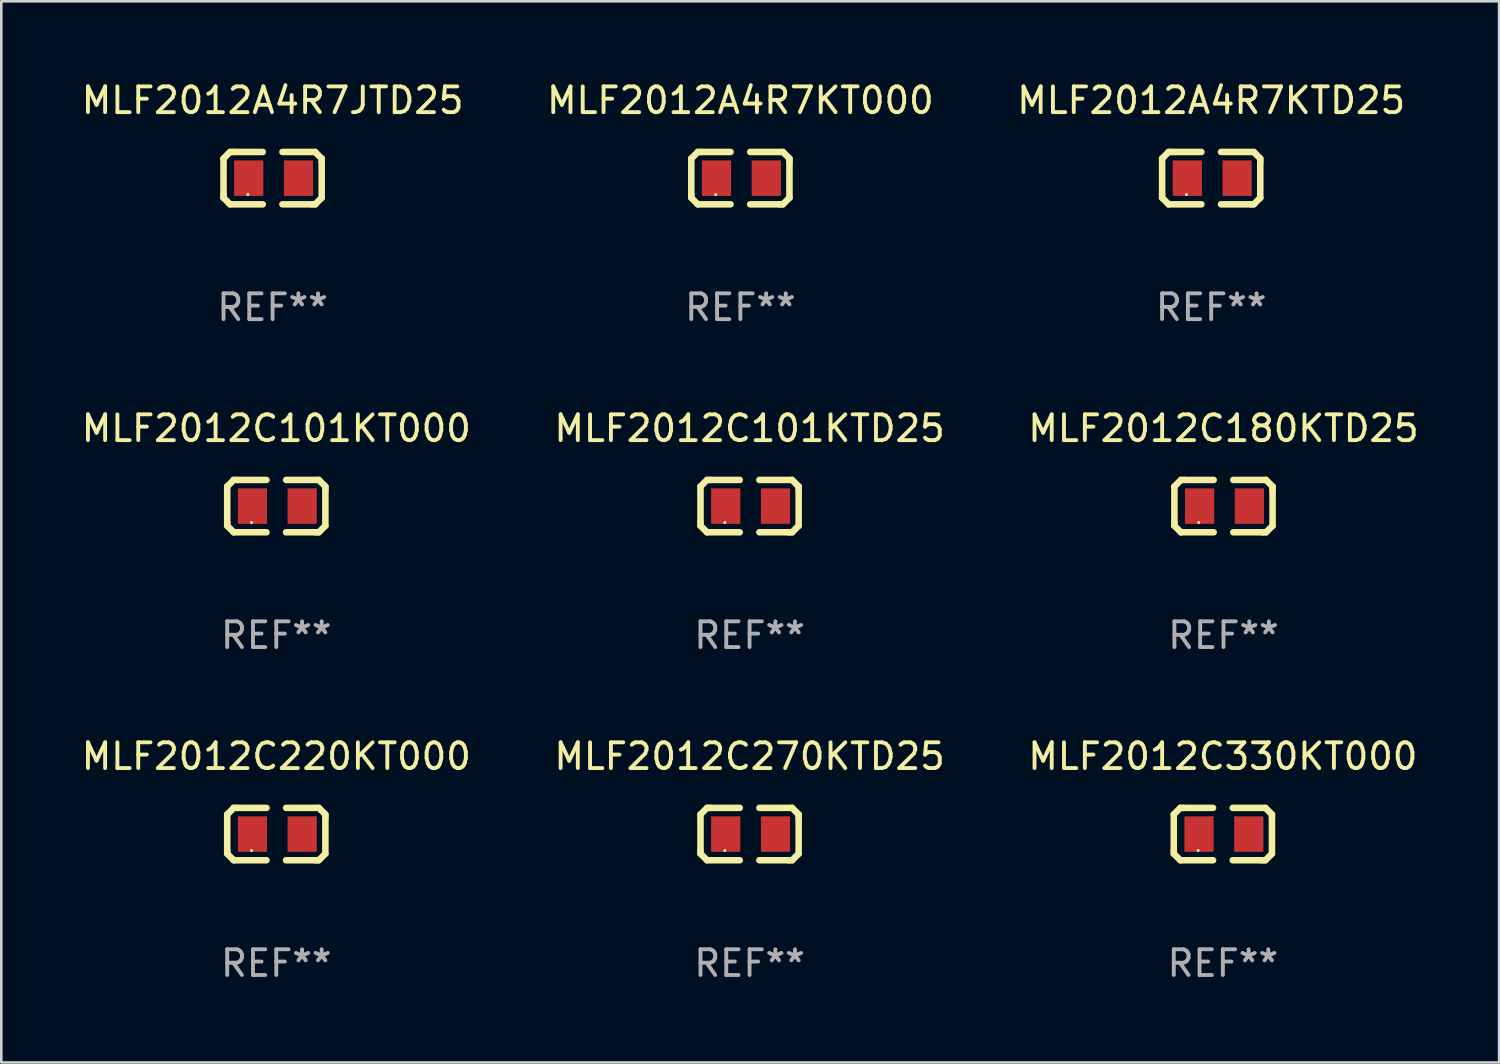
<source format=kicad_pcb>
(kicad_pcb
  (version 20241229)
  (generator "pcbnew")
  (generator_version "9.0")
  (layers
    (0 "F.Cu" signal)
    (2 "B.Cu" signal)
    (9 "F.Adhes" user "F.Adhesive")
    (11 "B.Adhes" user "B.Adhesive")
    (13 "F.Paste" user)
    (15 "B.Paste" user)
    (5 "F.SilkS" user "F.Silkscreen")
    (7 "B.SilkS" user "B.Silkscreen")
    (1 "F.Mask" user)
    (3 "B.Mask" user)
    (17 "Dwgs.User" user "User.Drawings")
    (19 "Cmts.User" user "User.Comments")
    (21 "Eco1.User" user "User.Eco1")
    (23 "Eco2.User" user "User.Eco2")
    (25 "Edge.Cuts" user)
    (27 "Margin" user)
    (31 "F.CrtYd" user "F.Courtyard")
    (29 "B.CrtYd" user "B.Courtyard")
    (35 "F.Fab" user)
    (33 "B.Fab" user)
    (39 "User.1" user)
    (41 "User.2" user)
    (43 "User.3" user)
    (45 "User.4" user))
  (footprint "MLF2012C330KT000"
    (layer "F.Cu")
    (at 44.411 29.321)
    (property "Reference" "MLF2012C330KT000" (at 0 -3.016 0) (layer "F.SilkS") (effects (font (size 1 1) (thickness 0.15))))
    (attr through_hole)
    (fp_line (start -1.905 -0.762) (end -1.905 0.635) (stroke (width 0.254) (type solid)) (layer "F.SilkS"))
    (fp_line (start -1.905 0.635) (end -1.905 0.762) (stroke (width 0.254) (type solid)) (layer "F.SilkS"))
    (fp_line (start -1.905 0.762) (end -1.651 1.016) (stroke (width 0.254) (type solid)) (layer "F.SilkS"))
    (fp_line (start -1.651 -1.016) (end -1.905 -0.762) (stroke (width 0.254) (type solid)) (layer "F.SilkS"))
    (fp_line (start -1.651 1.016) (end -0.381 1.016) (stroke (width 0.254) (type solid)) (layer "F.SilkS"))
    (fp_line (start -1.524 -1.016) (end -1.651 -1.016) (stroke (width 0.254) (type solid)) (layer "F.SilkS"))
    (fp_line (start -0.381 -1.016) (end -1.524 -1.016) (stroke (width 0.254) (type solid)) (layer "F.SilkS"))
    (fp_line (start 0.381 1.016) (end 1.524 1.016) (stroke (width 0.254) (type solid)) (layer "F.SilkS"))
    (fp_line (start 1.524 1.016) (end 1.651 1.016) (stroke (width 0.254) (type solid)) (layer "F.SilkS"))
    (fp_line (start 1.651 -1.016) (end 0.381 -1.016) (stroke (width 0.254) (type solid)) (layer "F.SilkS"))
    (fp_line (start 1.651 1.016) (end 1.905 0.762) (stroke (width 0.254) (type solid)) (layer "F.SilkS"))
    (fp_line (start 1.905 -0.762) (end 1.651 -1.016) (stroke (width 0.254) (type solid)) (layer "F.SilkS"))
    (fp_line (start 1.905 -0.635) (end 1.905 -0.762) (stroke (width 0.254) (type solid)) (layer "F.SilkS"))
    (fp_line (start 1.905 0.762) (end 1.905 -0.635) (stroke (width 0.254) (type solid)) (layer "F.SilkS"))
    (fp_circle (center -0.96 0.637) (end -0.93 0.637) (stroke (width 0.06) (type solid)) (fill no) (layer "F.SilkS"))
    (fp_text user "REF**" (at 0 5.016 0) (layer "F.Fab") (effects (font (size 1 1) (thickness 0.15))))
    (pad "1" smd rect (at -0.926 -0.000051) (size 1.133 1.377) (layers "F.Cu" "F.Mask" "F.Paste"))
    (pad "2" smd rect (at 1.006 -0.000051) (size 1.133 1.377) (layers "F.Cu" "F.Mask" "F.Paste")))
  (footprint "MLF2012C101KTD25"
    (layer "F.Cu")
    (at 26.042 16.593)
    (property "Reference" "MLF2012C101KTD25" (at 0 -3.016 0) (layer "F.SilkS") (effects (font (size 1 1) (thickness 0.15))))
    (attr through_hole)
    (fp_line (start -1.905 -0.762) (end -1.905 0.635) (stroke (width 0.254) (type solid)) (layer "F.SilkS"))
    (fp_line (start -1.905 0.635) (end -1.905 0.762) (stroke (width 0.254) (type solid)) (layer "F.SilkS"))
    (fp_line (start -1.905 0.762) (end -1.651 1.016) (stroke (width 0.254) (type solid)) (layer "F.SilkS"))
    (fp_line (start -1.651 -1.016) (end -1.905 -0.762) (stroke (width 0.254) (type solid)) (layer "F.SilkS"))
    (fp_line (start -1.651 1.016) (end -0.381 1.016) (stroke (width 0.254) (type solid)) (layer "F.SilkS"))
    (fp_line (start -1.524 -1.016) (end -1.651 -1.016) (stroke (width 0.254) (type solid)) (layer "F.SilkS"))
    (fp_line (start -0.381 -1.016) (end -1.524 -1.016) (stroke (width 0.254) (type solid)) (layer "F.SilkS"))
    (fp_line (start 0.381 1.016) (end 1.524 1.016) (stroke (width 0.254) (type solid)) (layer "F.SilkS"))
    (fp_line (start 1.524 1.016) (end 1.651 1.016) (stroke (width 0.254) (type solid)) (layer "F.SilkS"))
    (fp_line (start 1.651 -1.016) (end 0.381 -1.016) (stroke (width 0.254) (type solid)) (layer "F.SilkS"))
    (fp_line (start 1.651 1.016) (end 1.905 0.762) (stroke (width 0.254) (type solid)) (layer "F.SilkS"))
    (fp_line (start 1.905 -0.762) (end 1.651 -1.016) (stroke (width 0.254) (type solid)) (layer "F.SilkS"))
    (fp_line (start 1.905 -0.635) (end 1.905 -0.762) (stroke (width 0.254) (type solid)) (layer "F.SilkS"))
    (fp_line (start 1.905 0.762) (end 1.905 -0.635) (stroke (width 0.254) (type solid)) (layer "F.SilkS"))
    (fp_circle (center -0.96 0.637) (end -0.93 0.637) (stroke (width 0.06) (type solid)) (fill no) (layer "F.SilkS"))
    (fp_text user "REF**" (at 0 5.016 0) (layer "F.Fab") (effects (font (size 1 1) (thickness 0.15))))
    (pad "1" smd rect (at -0.926 -0.000051) (size 1.133 1.377) (layers "F.Cu" "F.Mask" "F.Paste"))
    (pad "2" smd rect (at 1.006 -0.000051) (size 1.133 1.377) (layers "F.Cu" "F.Mask" "F.Paste")))
  (footprint "MLF2012C270KTD25"
    (layer "F.Cu")
    (at 26.042 29.321)
    (property "Reference" "MLF2012C270KTD25" (at 0 -3.016 0) (layer "F.SilkS") (effects (font (size 1 1) (thickness 0.15))))
    (attr through_hole)
    (fp_line (start -1.905 -0.762) (end -1.905 0.635) (stroke (width 0.254) (type solid)) (layer "F.SilkS"))
    (fp_line (start -1.905 0.635) (end -1.905 0.762) (stroke (width 0.254) (type solid)) (layer "F.SilkS"))
    (fp_line (start -1.905 0.762) (end -1.651 1.016) (stroke (width 0.254) (type solid)) (layer "F.SilkS"))
    (fp_line (start -1.651 -1.016) (end -1.905 -0.762) (stroke (width 0.254) (type solid)) (layer "F.SilkS"))
    (fp_line (start -1.651 1.016) (end -0.381 1.016) (stroke (width 0.254) (type solid)) (layer "F.SilkS"))
    (fp_line (start -1.524 -1.016) (end -1.651 -1.016) (stroke (width 0.254) (type solid)) (layer "F.SilkS"))
    (fp_line (start -0.381 -1.016) (end -1.524 -1.016) (stroke (width 0.254) (type solid)) (layer "F.SilkS"))
    (fp_line (start 0.381 1.016) (end 1.524 1.016) (stroke (width 0.254) (type solid)) (layer "F.SilkS"))
    (fp_line (start 1.524 1.016) (end 1.651 1.016) (stroke (width 0.254) (type solid)) (layer "F.SilkS"))
    (fp_line (start 1.651 -1.016) (end 0.381 -1.016) (stroke (width 0.254) (type solid)) (layer "F.SilkS"))
    (fp_line (start 1.651 1.016) (end 1.905 0.762) (stroke (width 0.254) (type solid)) (layer "F.SilkS"))
    (fp_line (start 1.905 -0.762) (end 1.651 -1.016) (stroke (width 0.254) (type solid)) (layer "F.SilkS"))
    (fp_line (start 1.905 -0.635) (end 1.905 -0.762) (stroke (width 0.254) (type solid)) (layer "F.SilkS"))
    (fp_line (start 1.905 0.762) (end 1.905 -0.635) (stroke (width 0.254) (type solid)) (layer "F.SilkS"))
    (fp_circle (center -0.96 0.637) (end -0.93 0.637) (stroke (width 0.06) (type solid)) (fill no) (layer "F.SilkS"))
    (fp_text user "REF**" (at 0 5.016 0) (layer "F.Fab") (effects (font (size 1 1) (thickness 0.15))))
    (pad "1" smd rect (at -0.926 -0.000051) (size 1.133 1.377) (layers "F.Cu" "F.Mask" "F.Paste"))
    (pad "2" smd rect (at 1.006 -0.000051) (size 1.133 1.377) (layers "F.Cu" "F.Mask" "F.Paste")))
  (footprint "MLF2012A4R7JTD25"
    (layer "F.Cu")
    (at 7.53 3.864)
    (property "Reference" "MLF2012A4R7JTD25" (at 0 -3.016 0) (layer "F.SilkS") (effects (font (size 1 1) (thickness 0.15))))
    (attr through_hole)
    (fp_line (start -1.905 -0.762) (end -1.905 0.635) (stroke (width 0.254) (type solid)) (layer "F.SilkS"))
    (fp_line (start -1.905 0.635) (end -1.905 0.762) (stroke (width 0.254) (type solid)) (layer "F.SilkS"))
    (fp_line (start -1.905 0.762) (end -1.651 1.016) (stroke (width 0.254) (type solid)) (layer "F.SilkS"))
    (fp_line (start -1.651 -1.016) (end -1.905 -0.762) (stroke (width 0.254) (type solid)) (layer "F.SilkS"))
    (fp_line (start -1.651 1.016) (end -0.381 1.016) (stroke (width 0.254) (type solid)) (layer "F.SilkS"))
    (fp_line (start -1.524 -1.016) (end -1.651 -1.016) (stroke (width 0.254) (type solid)) (layer "F.SilkS"))
    (fp_line (start -0.381 -1.016) (end -1.524 -1.016) (stroke (width 0.254) (type solid)) (layer "F.SilkS"))
    (fp_line (start 0.381 1.016) (end 1.524 1.016) (stroke (width 0.254) (type solid)) (layer "F.SilkS"))
    (fp_line (start 1.524 1.016) (end 1.651 1.016) (stroke (width 0.254) (type solid)) (layer "F.SilkS"))
    (fp_line (start 1.651 -1.016) (end 0.381 -1.016) (stroke (width 0.254) (type solid)) (layer "F.SilkS"))
    (fp_line (start 1.651 1.016) (end 1.905 0.762) (stroke (width 0.254) (type solid)) (layer "F.SilkS"))
    (fp_line (start 1.905 -0.762) (end 1.651 -1.016) (stroke (width 0.254) (type solid)) (layer "F.SilkS"))
    (fp_line (start 1.905 -0.635) (end 1.905 -0.762) (stroke (width 0.254) (type solid)) (layer "F.SilkS"))
    (fp_line (start 1.905 0.762) (end 1.905 -0.635) (stroke (width 0.254) (type solid)) (layer "F.SilkS"))
    (fp_circle (center -0.96 0.637) (end -0.93 0.637) (stroke (width 0.06) (type solid)) (fill no) (layer "F.SilkS"))
    (fp_text user "REF**" (at 0 5.016 0) (layer "F.Fab") (effects (font (size 1 1) (thickness 0.15))))
    (pad "1" smd rect (at -0.926 -0.000051) (size 1.133 1.377) (layers "F.Cu" "F.Mask" "F.Paste"))
    (pad "2" smd rect (at 1.006 -0.000051) (size 1.133 1.377) (layers "F.Cu" "F.Mask" "F.Paste")))
  (footprint "MLF2012C101KT000"
    (layer "F.Cu")
    (at 7.673 16.593)
    (property "Reference" "MLF2012C101KT000" (at 0 -3.016 0) (layer "F.SilkS") (effects (font (size 1 1) (thickness 0.15))))
    (attr through_hole)
    (fp_line (start -1.905 -0.762) (end -1.905 0.635) (stroke (width 0.254) (type solid)) (layer "F.SilkS"))
    (fp_line (start -1.905 0.635) (end -1.905 0.762) (stroke (width 0.254) (type solid)) (layer "F.SilkS"))
    (fp_line (start -1.905 0.762) (end -1.651 1.016) (stroke (width 0.254) (type solid)) (layer "F.SilkS"))
    (fp_line (start -1.651 -1.016) (end -1.905 -0.762) (stroke (width 0.254) (type solid)) (layer "F.SilkS"))
    (fp_line (start -1.651 1.016) (end -0.381 1.016) (stroke (width 0.254) (type solid)) (layer "F.SilkS"))
    (fp_line (start -1.524 -1.016) (end -1.651 -1.016) (stroke (width 0.254) (type solid)) (layer "F.SilkS"))
    (fp_line (start -0.381 -1.016) (end -1.524 -1.016) (stroke (width 0.254) (type solid)) (layer "F.SilkS"))
    (fp_line (start 0.381 1.016) (end 1.524 1.016) (stroke (width 0.254) (type solid)) (layer "F.SilkS"))
    (fp_line (start 1.524 1.016) (end 1.651 1.016) (stroke (width 0.254) (type solid)) (layer "F.SilkS"))
    (fp_line (start 1.651 -1.016) (end 0.381 -1.016) (stroke (width 0.254) (type solid)) (layer "F.SilkS"))
    (fp_line (start 1.651 1.016) (end 1.905 0.762) (stroke (width 0.254) (type solid)) (layer "F.SilkS"))
    (fp_line (start 1.905 -0.762) (end 1.651 -1.016) (stroke (width 0.254) (type solid)) (layer "F.SilkS"))
    (fp_line (start 1.905 -0.635) (end 1.905 -0.762) (stroke (width 0.254) (type solid)) (layer "F.SilkS"))
    (fp_line (start 1.905 0.762) (end 1.905 -0.635) (stroke (width 0.254) (type solid)) (layer "F.SilkS"))
    (fp_circle (center -0.96 0.637) (end -0.93 0.637) (stroke (width 0.06) (type solid)) (fill no) (layer "F.SilkS"))
    (fp_text user "REF**" (at 0 5.016 0) (layer "F.Fab") (effects (font (size 1 1) (thickness 0.15))))
    (pad "1" smd rect (at -0.926 -0.000051) (size 1.133 1.377) (layers "F.Cu" "F.Mask" "F.Paste"))
    (pad "2" smd rect (at 1.006 -0.000051) (size 1.133 1.377) (layers "F.Cu" "F.Mask" "F.Paste")))
  (footprint "MLF2012C180KTD25"
    (layer "F.Cu")
    (at 44.435 16.593)
    (property "Reference" "MLF2012C180KTD25" (at 0 -3.016 0) (layer "F.SilkS") (effects (font (size 1 1) (thickness 0.15))))
    (attr through_hole)
    (fp_line (start -1.905 -0.762) (end -1.905 0.635) (stroke (width 0.254) (type solid)) (layer "F.SilkS"))
    (fp_line (start -1.905 0.635) (end -1.905 0.762) (stroke (width 0.254) (type solid)) (layer "F.SilkS"))
    (fp_line (start -1.905 0.762) (end -1.651 1.016) (stroke (width 0.254) (type solid)) (layer "F.SilkS"))
    (fp_line (start -1.651 -1.016) (end -1.905 -0.762) (stroke (width 0.254) (type solid)) (layer "F.SilkS"))
    (fp_line (start -1.651 1.016) (end -0.381 1.016) (stroke (width 0.254) (type solid)) (layer "F.SilkS"))
    (fp_line (start -1.524 -1.016) (end -1.651 -1.016) (stroke (width 0.254) (type solid)) (layer "F.SilkS"))
    (fp_line (start -0.381 -1.016) (end -1.524 -1.016) (stroke (width 0.254) (type solid)) (layer "F.SilkS"))
    (fp_line (start 0.381 1.016) (end 1.524 1.016) (stroke (width 0.254) (type solid)) (layer "F.SilkS"))
    (fp_line (start 1.524 1.016) (end 1.651 1.016) (stroke (width 0.254) (type solid)) (layer "F.SilkS"))
    (fp_line (start 1.651 -1.016) (end 0.381 -1.016) (stroke (width 0.254) (type solid)) (layer "F.SilkS"))
    (fp_line (start 1.651 1.016) (end 1.905 0.762) (stroke (width 0.254) (type solid)) (layer "F.SilkS"))
    (fp_line (start 1.905 -0.762) (end 1.651 -1.016) (stroke (width 0.254) (type solid)) (layer "F.SilkS"))
    (fp_line (start 1.905 -0.635) (end 1.905 -0.762) (stroke (width 0.254) (type solid)) (layer "F.SilkS"))
    (fp_line (start 1.905 0.762) (end 1.905 -0.635) (stroke (width 0.254) (type solid)) (layer "F.SilkS"))
    (fp_circle (center -0.96 0.637) (end -0.93 0.637) (stroke (width 0.06) (type solid)) (fill no) (layer "F.SilkS"))
    (fp_text user "REF**" (at 0 5.016 0) (layer "F.Fab") (effects (font (size 1 1) (thickness 0.15))))
    (pad "1" smd rect (at -0.926 -0.000051) (size 1.133 1.377) (layers "F.Cu" "F.Mask" "F.Paste"))
    (pad "2" smd rect (at 1.006 -0.000051) (size 1.133 1.377) (layers "F.Cu" "F.Mask" "F.Paste")))
  (footprint "MLF2012C220KT000"
    (layer "F.Cu")
    (at 7.673 29.321)
    (property "Reference" "MLF2012C220KT000" (at 0 -3.016 0) (layer "F.SilkS") (effects (font (size 1 1) (thickness 0.15))))
    (attr through_hole)
    (fp_line (start -1.905 -0.762) (end -1.905 0.635) (stroke (width 0.254) (type solid)) (layer "F.SilkS"))
    (fp_line (start -1.905 0.635) (end -1.905 0.762) (stroke (width 0.254) (type solid)) (layer "F.SilkS"))
    (fp_line (start -1.905 0.762) (end -1.651 1.016) (stroke (width 0.254) (type solid)) (layer "F.SilkS"))
    (fp_line (start -1.651 -1.016) (end -1.905 -0.762) (stroke (width 0.254) (type solid)) (layer "F.SilkS"))
    (fp_line (start -1.651 1.016) (end -0.381 1.016) (stroke (width 0.254) (type solid)) (layer "F.SilkS"))
    (fp_line (start -1.524 -1.016) (end -1.651 -1.016) (stroke (width 0.254) (type solid)) (layer "F.SilkS"))
    (fp_line (start -0.381 -1.016) (end -1.524 -1.016) (stroke (width 0.254) (type solid)) (layer "F.SilkS"))
    (fp_line (start 0.381 1.016) (end 1.524 1.016) (stroke (width 0.254) (type solid)) (layer "F.SilkS"))
    (fp_line (start 1.524 1.016) (end 1.651 1.016) (stroke (width 0.254) (type solid)) (layer "F.SilkS"))
    (fp_line (start 1.651 -1.016) (end 0.381 -1.016) (stroke (width 0.254) (type solid)) (layer "F.SilkS"))
    (fp_line (start 1.651 1.016) (end 1.905 0.762) (stroke (width 0.254) (type solid)) (layer "F.SilkS"))
    (fp_line (start 1.905 -0.762) (end 1.651 -1.016) (stroke (width 0.254) (type solid)) (layer "F.SilkS"))
    (fp_line (start 1.905 -0.635) (end 1.905 -0.762) (stroke (width 0.254) (type solid)) (layer "F.SilkS"))
    (fp_line (start 1.905 0.762) (end 1.905 -0.635) (stroke (width 0.254) (type solid)) (layer "F.SilkS"))
    (fp_circle (center -0.96 0.637) (end -0.93 0.637) (stroke (width 0.06) (type solid)) (fill no) (layer "F.SilkS"))
    (fp_text user "REF**" (at 0 5.016 0) (layer "F.Fab") (effects (font (size 1 1) (thickness 0.15))))
    (pad "1" smd rect (at -0.926 -0.000051) (size 1.133 1.377) (layers "F.Cu" "F.Mask" "F.Paste"))
    (pad "2" smd rect (at 1.006 -0.000051) (size 1.133 1.377) (layers "F.Cu" "F.Mask" "F.Paste")))
  (footprint "MLF2012A4R7KTD25"
    (layer "F.Cu")
    (at 43.958 3.864)
    (property "Reference" "MLF2012A4R7KTD25" (at 0 -3.016 0) (layer "F.SilkS") (effects (font (size 1 1) (thickness 0.15))))
    (attr through_hole)
    (fp_line (start -1.905 -0.762) (end -1.905 0.635) (stroke (width 0.254) (type solid)) (layer "F.SilkS"))
    (fp_line (start -1.905 0.635) (end -1.905 0.762) (stroke (width 0.254) (type solid)) (layer "F.SilkS"))
    (fp_line (start -1.905 0.762) (end -1.651 1.016) (stroke (width 0.254) (type solid)) (layer "F.SilkS"))
    (fp_line (start -1.651 -1.016) (end -1.905 -0.762) (stroke (width 0.254) (type solid)) (layer "F.SilkS"))
    (fp_line (start -1.651 1.016) (end -0.381 1.016) (stroke (width 0.254) (type solid)) (layer "F.SilkS"))
    (fp_line (start -1.524 -1.016) (end -1.651 -1.016) (stroke (width 0.254) (type solid)) (layer "F.SilkS"))
    (fp_line (start -0.381 -1.016) (end -1.524 -1.016) (stroke (width 0.254) (type solid)) (layer "F.SilkS"))
    (fp_line (start 0.381 1.016) (end 1.524 1.016) (stroke (width 0.254) (type solid)) (layer "F.SilkS"))
    (fp_line (start 1.524 1.016) (end 1.651 1.016) (stroke (width 0.254) (type solid)) (layer "F.SilkS"))
    (fp_line (start 1.651 -1.016) (end 0.381 -1.016) (stroke (width 0.254) (type solid)) (layer "F.SilkS"))
    (fp_line (start 1.651 1.016) (end 1.905 0.762) (stroke (width 0.254) (type solid)) (layer "F.SilkS"))
    (fp_line (start 1.905 -0.762) (end 1.651 -1.016) (stroke (width 0.254) (type solid)) (layer "F.SilkS"))
    (fp_line (start 1.905 -0.635) (end 1.905 -0.762) (stroke (width 0.254) (type solid)) (layer "F.SilkS"))
    (fp_line (start 1.905 0.762) (end 1.905 -0.635) (stroke (width 0.254) (type solid)) (layer "F.SilkS"))
    (fp_circle (center -0.96 0.637) (end -0.93 0.637) (stroke (width 0.06) (type solid)) (fill no) (layer "F.SilkS"))
    (fp_text user "REF**" (at 0 5.016 0) (layer "F.Fab") (effects (font (size 1 1) (thickness 0.15))))
    (pad "1" smd rect (at -0.926 -0.000051) (size 1.133 1.377) (layers "F.Cu" "F.Mask" "F.Paste"))
    (pad "2" smd rect (at 1.006 -0.000051) (size 1.133 1.377) (layers "F.Cu" "F.Mask" "F.Paste")))
  (footprint "MLF2012A4R7KT000"
    (layer "F.Cu")
    (at 25.685 3.864)
    (property "Reference" "MLF2012A4R7KT000" (at 0 -3.016 0) (layer "F.SilkS") (effects (font (size 1 1) (thickness 0.15))))
    (attr through_hole)
    (fp_line (start -1.905 -0.762) (end -1.905 0.635) (stroke (width 0.254) (type solid)) (layer "F.SilkS"))
    (fp_line (start -1.905 0.635) (end -1.905 0.762) (stroke (width 0.254) (type solid)) (layer "F.SilkS"))
    (fp_line (start -1.905 0.762) (end -1.651 1.016) (stroke (width 0.254) (type solid)) (layer "F.SilkS"))
    (fp_line (start -1.651 -1.016) (end -1.905 -0.762) (stroke (width 0.254) (type solid)) (layer "F.SilkS"))
    (fp_line (start -1.651 1.016) (end -0.381 1.016) (stroke (width 0.254) (type solid)) (layer "F.SilkS"))
    (fp_line (start -1.524 -1.016) (end -1.651 -1.016) (stroke (width 0.254) (type solid)) (layer "F.SilkS"))
    (fp_line (start -0.381 -1.016) (end -1.524 -1.016) (stroke (width 0.254) (type solid)) (layer "F.SilkS"))
    (fp_line (start 0.381 1.016) (end 1.524 1.016) (stroke (width 0.254) (type solid)) (layer "F.SilkS"))
    (fp_line (start 1.524 1.016) (end 1.651 1.016) (stroke (width 0.254) (type solid)) (layer "F.SilkS"))
    (fp_line (start 1.651 -1.016) (end 0.381 -1.016) (stroke (width 0.254) (type solid)) (layer "F.SilkS"))
    (fp_line (start 1.651 1.016) (end 1.905 0.762) (stroke (width 0.254) (type solid)) (layer "F.SilkS"))
    (fp_line (start 1.905 -0.762) (end 1.651 -1.016) (stroke (width 0.254) (type solid)) (layer "F.SilkS"))
    (fp_line (start 1.905 -0.635) (end 1.905 -0.762) (stroke (width 0.254) (type solid)) (layer "F.SilkS"))
    (fp_line (start 1.905 0.762) (end 1.905 -0.635) (stroke (width 0.254) (type solid)) (layer "F.SilkS"))
    (fp_circle (center -0.96 0.637) (end -0.93 0.637) (stroke (width 0.06) (type solid)) (fill no) (layer "F.SilkS"))
    (fp_text user "REF**" (at 0 5.016 0) (layer "F.Fab") (effects (font (size 1 1) (thickness 0.15))))
    (pad "1" smd rect (at -0.926 -0.000051) (size 1.133 1.377) (layers "F.Cu" "F.Mask" "F.Paste"))
    (pad "2" smd rect (at 1.006 -0.000051) (size 1.133 1.377) (layers "F.Cu" "F.Mask" "F.Paste")))
  (gr_rect
    (start -3 -3)
    (end 55.131 38.186)
    (stroke (width 0.1) (type default))
    (fill no)
    (layer "Edge.Cuts")))
</source>
